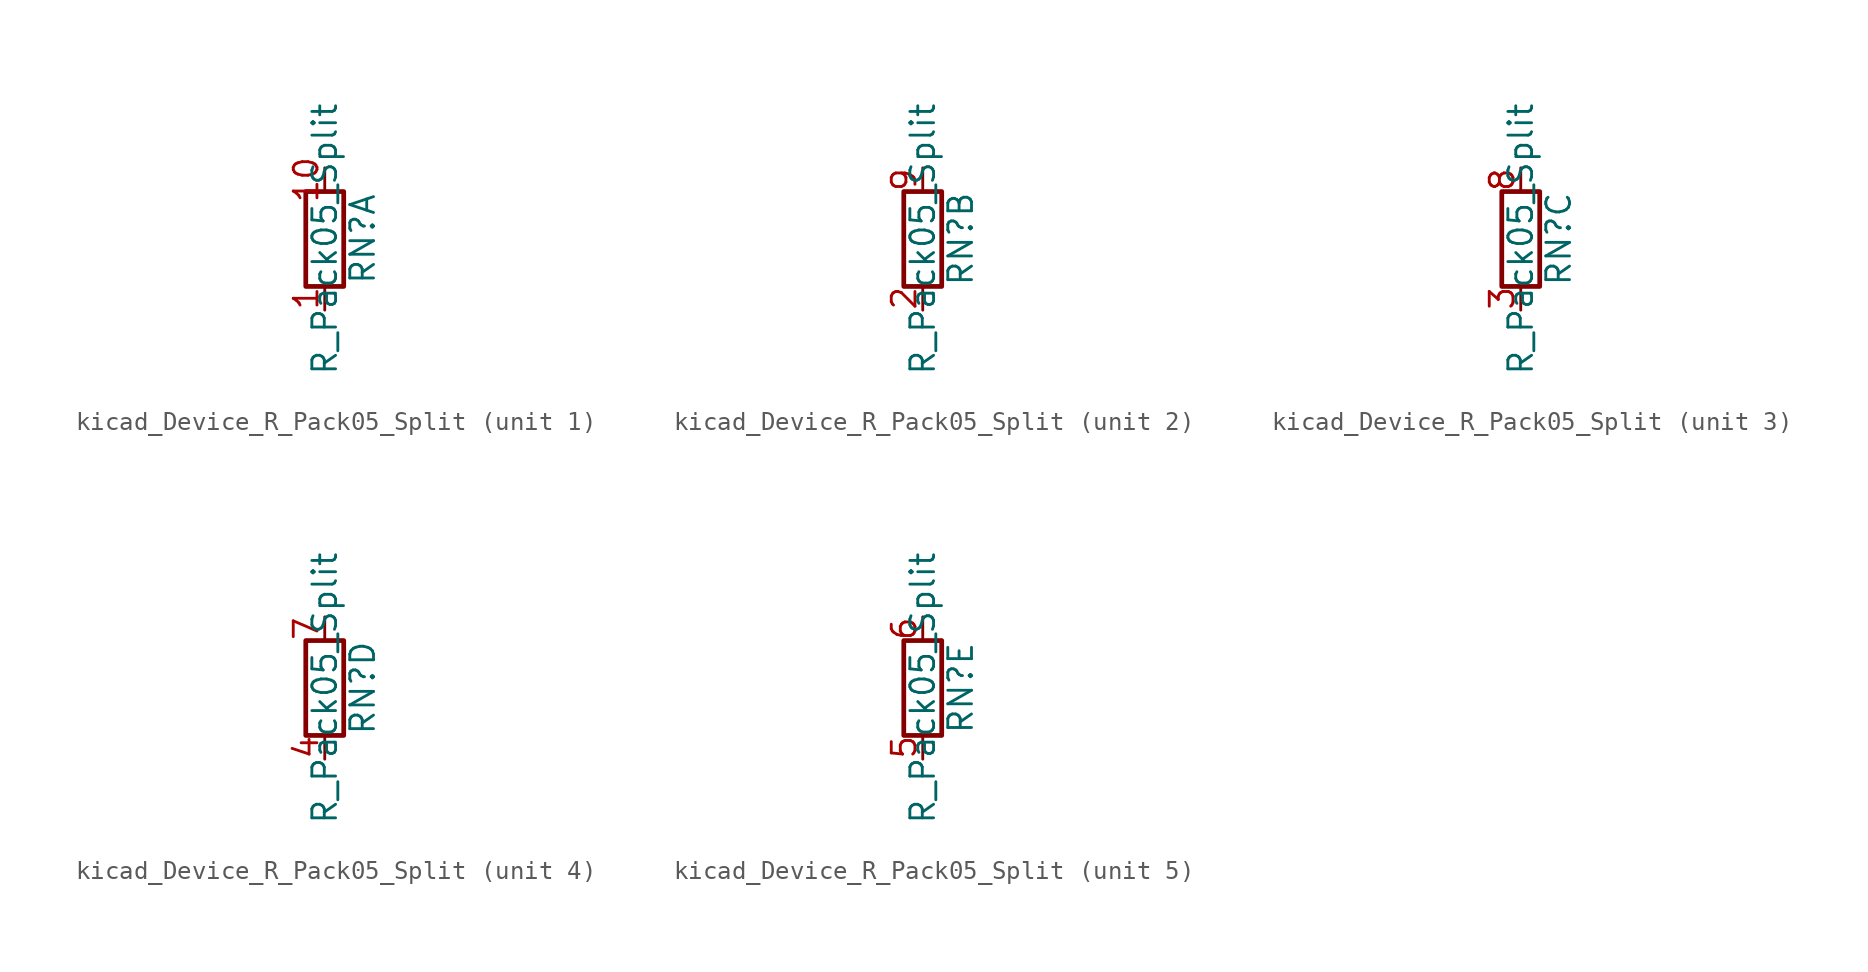
<source format=kicad_sym>
(kicad_symbol_lib
  (version 20220914)
  (generator kicad_symbol_editor)
  (symbol "kicad_Device_R_Pack05_Split"
    (pin_names
      (offset 0) hide)
    (property "Reference" "RN"
      (at 2.032 0 90)
      (effects (font (size 1.27 1.27))))
    (property "Value" "R_Pack05_Split"
      (at 0 0 90)
      (effects (font (size 1.27 1.27))))
    (symbol "kicad_Device_R_Pack05_Split_0_1"
      (rectangle (start 1.016 2.54) (end -1.016 -2.54) (stroke (width 0.254) (type default)) (fill (type none))))
    (symbol "kicad_Device_R_Pack05_Split_1_1"
      (pin passive line (at 0 -3.81 90) (length 1.27) (name "R1.1" (effects (font (size 1.27 1.27)))) (number "1" (effects (font (size 1.27 1.27)))))
      (pin passive line (at 0 3.81 270) (length 1.27) (name "R1.2" (effects (font (size 1.27 1.27)))) (number "10" (effects (font (size 1.27 1.27))))))
    (symbol "kicad_Device_R_Pack05_Split_2_1"
      (pin passive line (at 0 -3.81 90) (length 1.27) (name "R2.1" (effects (font (size 1.27 1.27)))) (number "2" (effects (font (size 1.27 1.27)))))
      (pin passive line (at 0 3.81 270) (length 1.27) (name "R2.2" (effects (font (size 1.27 1.27)))) (number "9" (effects (font (size 1.27 1.27))))))
    (symbol "kicad_Device_R_Pack05_Split_3_1"
      (pin passive line (at 0 -3.81 90) (length 1.27) (name "R3.1" (effects (font (size 1.27 1.27)))) (number "3" (effects (font (size 1.27 1.27)))))
      (pin passive line (at 0 3.81 270) (length 1.27) (name "R3.2" (effects (font (size 1.27 1.27)))) (number "8" (effects (font (size 1.27 1.27))))))
    (symbol "kicad_Device_R_Pack05_Split_4_1"
      (pin passive line (at 0 -3.81 90) (length 1.27) (name "R4.1" (effects (font (size 1.27 1.27)))) (number "4" (effects (font (size 1.27 1.27)))))
      (pin passive line (at 0 3.81 270) (length 1.27) (name "R4.2" (effects (font (size 1.27 1.27)))) (number "7" (effects (font (size 1.27 1.27))))))
    (symbol "kicad_Device_R_Pack05_Split_5_1"
      (pin passive line (at 0 -3.81 90) (length 1.27) (name "R5.1" (effects (font (size 1.27 1.27)))) (number "5" (effects (font (size 1.27 1.27)))))
      (pin passive line (at 0 3.81 270) (length 1.27) (name "R5.2" (effects (font (size 1.27 1.27)))) (number "6" (effects (font (size 1.27 1.27))))))))
</source>
